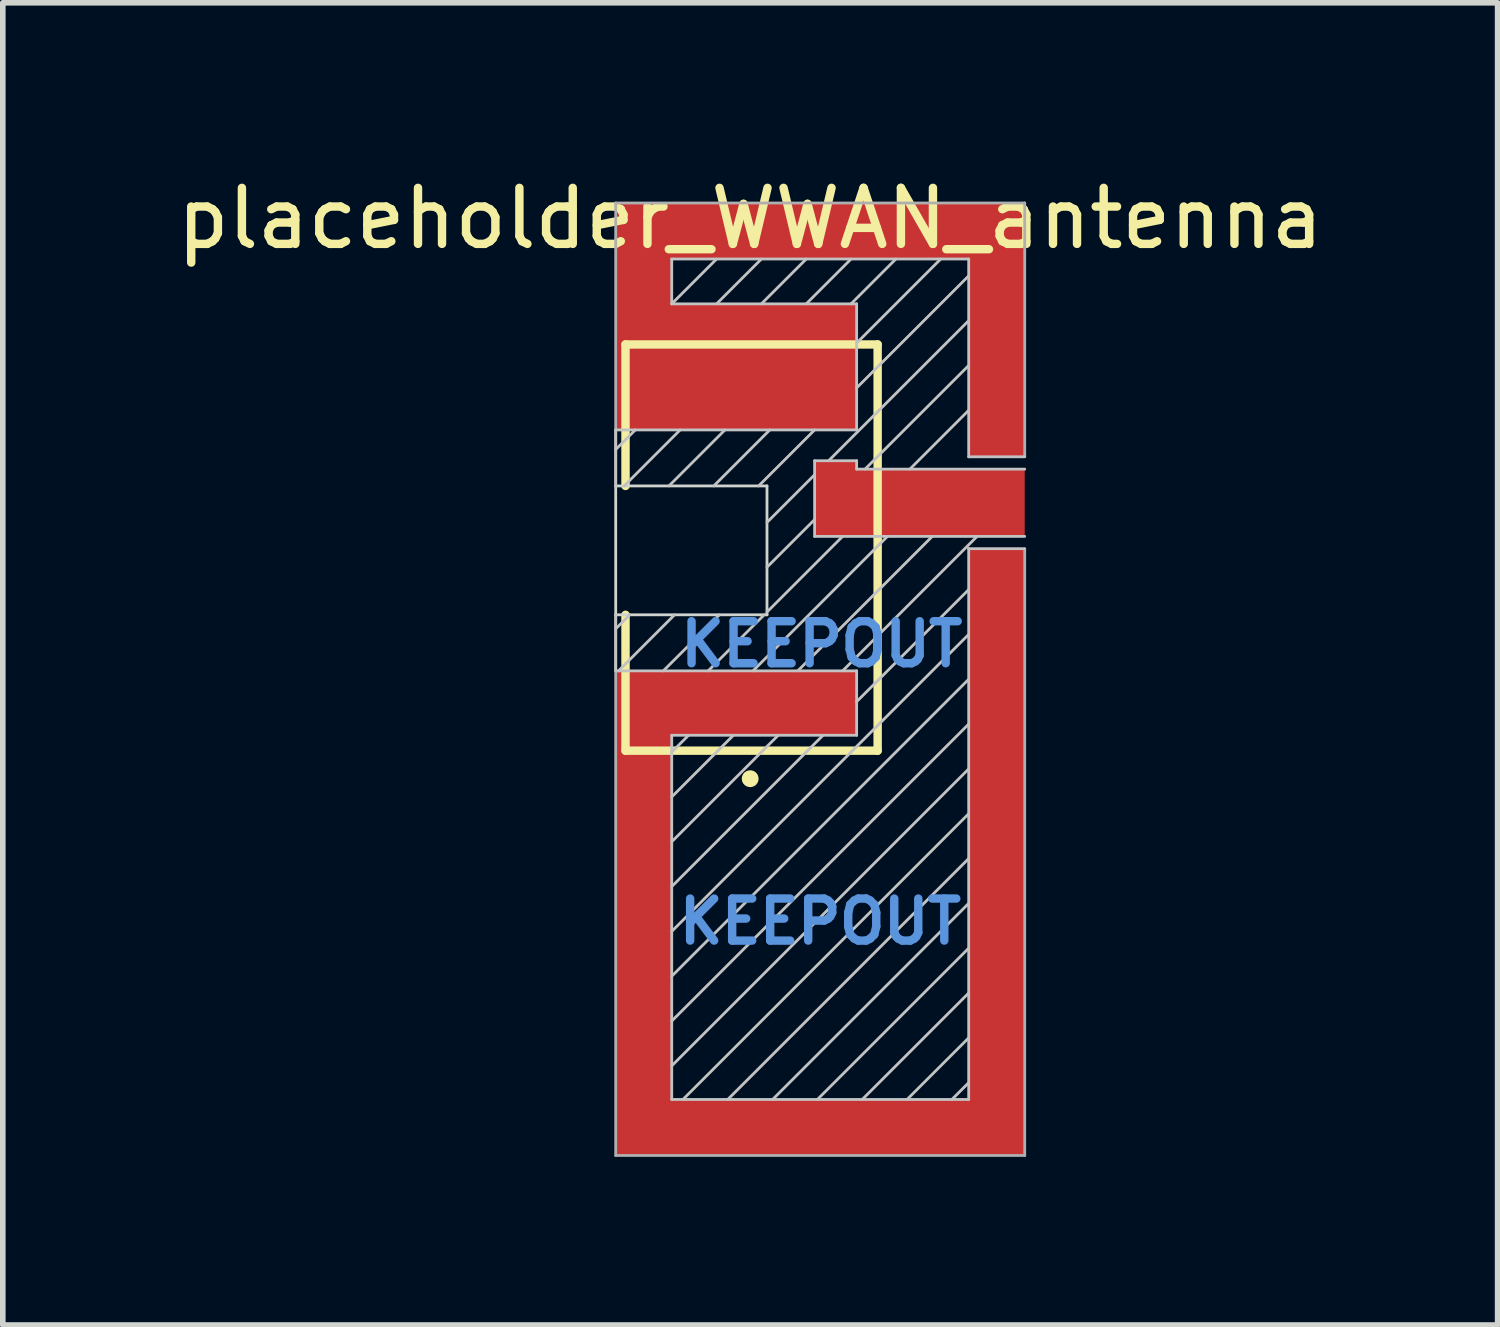
<source format=kicad_pcb>
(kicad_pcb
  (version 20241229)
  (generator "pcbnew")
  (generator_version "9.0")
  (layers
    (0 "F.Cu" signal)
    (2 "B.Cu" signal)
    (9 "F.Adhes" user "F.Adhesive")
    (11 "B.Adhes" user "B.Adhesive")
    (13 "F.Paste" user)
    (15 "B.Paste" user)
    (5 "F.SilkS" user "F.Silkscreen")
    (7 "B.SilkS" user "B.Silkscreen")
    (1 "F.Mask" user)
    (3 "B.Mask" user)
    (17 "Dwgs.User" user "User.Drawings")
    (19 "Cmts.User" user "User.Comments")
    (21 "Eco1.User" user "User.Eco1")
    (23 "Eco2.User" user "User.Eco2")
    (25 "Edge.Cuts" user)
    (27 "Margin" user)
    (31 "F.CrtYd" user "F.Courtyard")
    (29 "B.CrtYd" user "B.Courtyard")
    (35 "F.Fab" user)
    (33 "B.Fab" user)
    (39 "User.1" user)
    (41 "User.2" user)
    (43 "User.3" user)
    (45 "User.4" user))
  (footprint "placeholder_WWAN_antenna"
    (layer "F.Cu")
    (at 10.339 6.773)
    (property "Reference" "placeholder_WWAN_antenna" (at 0 -5.925 0) (layer "F.SilkS") (effects (font (size 1 1) (thickness 0.15))))
    (attr through_hole)
    (fp_line (start -2.225 -3.675) (end 2.275 -3.675) (stroke (width 0.15) (type solid)) (layer "F.SilkS"))
    (fp_line (start -2.225 -1.15) (end -2.225 -3.675) (stroke (width 0.15) (type solid)) (layer "F.SilkS"))
    (fp_line (start -2.225 3.575) (end -2.225 1.15) (stroke (width 0.15) (type solid)) (layer "F.SilkS"))
    (fp_line (start 2.275 -3.675) (end 2.275 3.575) (stroke (width 0.15) (type solid)) (layer "F.SilkS"))
    (fp_line (start 2.275 3.575) (end -2.225 3.575) (stroke (width 0.15) (type solid)) (layer "F.SilkS"))
    (fp_circle (center 0 4.075) (end 0 4.15) (stroke (width 0.15) (type solid)) (fill no) (layer "F.SilkS"))
    (fp_line (start -2.4 -2.15) (end -2.4 -1.15) (stroke (width 0.05) (type solid)) (layer "Dwgs.User"))
    (fp_line (start -2.4 -2.15) (end 1.9 -2.15) (stroke (width 0.05) (type solid)) (layer "Dwgs.User"))
    (fp_line (start -2.4 1.15) (end -2.4 2.15) (stroke (width 0.05) (type solid)) (layer "Dwgs.User"))
    (fp_line (start -2.4 2.15) (end 1.9 2.15) (stroke (width 0.05) (type solid)) (layer "Dwgs.User"))
    (fp_line (start -2.15 1.15) (end -2.4 1.4) (stroke (width 0.05) (type solid)) (layer "Dwgs.User"))
    (fp_line (start -2.05 -2.15) (end -2.4 -1.8) (stroke (width 0.05) (type solid)) (layer "Dwgs.User"))
    (fp_line (start -1.4 -5.2) (end 3.9 -5.2) (stroke (width 0.05) (type solid)) (layer "Dwgs.User"))
    (fp_line (start -1.4 -4.4) (end -1.4 -5.2) (stroke (width 0.05) (type solid)) (layer "Dwgs.User"))
    (fp_line (start -1.4 -4.4) (end -0.6 -5.2) (stroke (width 0.05) (type solid)) (layer "Dwgs.User"))
    (fp_line (start -1.4 3.3) (end -1.4 9.8) (stroke (width 0.05) (type solid)) (layer "Dwgs.User"))
    (fp_line (start -1.4 9.8) (end 3.9 9.8) (stroke (width 0.05) (type solid)) (layer "Dwgs.User"))
    (fp_line (start -1.35 1.15) (end -2.35 2.15) (stroke (width 0.05) (type solid)) (layer "Dwgs.User"))
    (fp_line (start -1.25 -2.15) (end -2.25 -1.15) (stroke (width 0.05) (type solid)) (layer "Dwgs.User"))
    (fp_line (start -1.1 3.3) (end -1.4 3.6) (stroke (width 0.05) (type solid)) (layer "Dwgs.User"))
    (fp_line (start -0.6 -4.4) (end 0.2 -5.2) (stroke (width 0.05) (type solid)) (layer "Dwgs.User"))
    (fp_line (start -0.55 1.15) (end -1.55 2.15) (stroke (width 0.05) (type solid)) (layer "Dwgs.User"))
    (fp_line (start -0.45 -2.15) (end -1.45 -1.15) (stroke (width 0.05) (type solid)) (layer "Dwgs.User"))
    (fp_line (start -0.3 3.3) (end -1.4 4.4) (stroke (width 0.05) (type solid)) (layer "Dwgs.User"))
    (fp_line (start 0.2 -4.4) (end 1 -5.2) (stroke (width 0.05) (type solid)) (layer "Dwgs.User"))
    (fp_line (start 0.25 1.15) (end -0.75 2.15) (stroke (width 0.05) (type solid)) (layer "Dwgs.User"))
    (fp_line (start 0.35 -2.15) (end -0.65 -1.15) (stroke (width 0.05) (type solid)) (layer "Dwgs.User"))
    (fp_line (start 0.5 3.3) (end -1.4 5.2) (stroke (width 0.05) (type solid)) (layer "Dwgs.User"))
    (fp_line (start 1 -4.4) (end 1.8 -5.2) (stroke (width 0.05) (type solid)) (layer "Dwgs.User"))
    (fp_line (start 1.15 -2.15) (end 0.15 -1.15) (stroke (width 0.05) (type solid)) (layer "Dwgs.User"))
    (fp_line (start 1.15 -1.6) (end 1.15 -0.25) (stroke (width 0.05) (type solid)) (layer "Dwgs.User"))
    (fp_line (start 1.15 -1.35) (end 0.3 -0.5) (stroke (width 0.05) (type solid)) (layer "Dwgs.User"))
    (fp_line (start 1.15 -0.55) (end 0.3 0.3) (stroke (width 0.05) (type solid)) (layer "Dwgs.User"))
    (fp_line (start 1.15 -0.25) (end 4.9 -0.25) (stroke (width 0.05) (type solid)) (layer "Dwgs.User"))
    (fp_line (start 1.3 3.3) (end -1.4 6) (stroke (width 0.05) (type solid)) (layer "Dwgs.User"))
    (fp_line (start 1.65 -0.25) (end 0.3 1.1) (stroke (width 0.05) (type solid)) (layer "Dwgs.User"))
    (fp_line (start 1.8 -4.4) (end 2.6 -5.2) (stroke (width 0.05) (type solid)) (layer "Dwgs.User"))
    (fp_line (start 1.9 -4.4) (end -1.4 -4.4) (stroke (width 0.05) (type solid)) (layer "Dwgs.User"))
    (fp_line (start 1.9 -2.15) (end 1.9 -4.4) (stroke (width 0.05) (type solid)) (layer "Dwgs.User"))
    (fp_line (start 1.9 -1.6) (end 1.15 -1.6) (stroke (width 0.05) (type solid)) (layer "Dwgs.User"))
    (fp_line (start 1.9 -1.45) (end 1.9 -1.6) (stroke (width 0.05) (type solid)) (layer "Dwgs.User"))
    (fp_line (start 1.9 2.15) (end 1.9 3.3) (stroke (width 0.05) (type solid)) (layer "Dwgs.User"))
    (fp_line (start 1.9 3.3) (end -1.4 3.3) (stroke (width 0.05) (type solid)) (layer "Dwgs.User"))
    (fp_line (start 2.45 -0.25) (end 0.05 2.15) (stroke (width 0.05) (type solid)) (layer "Dwgs.User"))
    (fp_line (start 3.25 -0.25) (end 0.85 2.15) (stroke (width 0.05) (type solid)) (layer "Dwgs.User"))
    (fp_line (start 3.4 -5.2) (end 1.9 -3.7) (stroke (width 0.05) (type solid)) (layer "Dwgs.User"))
    (fp_line (start 3.9 -5.2) (end 3.9 -1.67) (stroke (width 0.05) (type solid)) (layer "Dwgs.User"))
    (fp_line (start 3.9 -4.9) (end 1.9 -2.9) (stroke (width 0.05) (type solid)) (layer "Dwgs.User"))
    (fp_line (start 3.9 -4.1) (end 1.4 -1.6) (stroke (width 0.05) (type solid)) (layer "Dwgs.User"))
    (fp_line (start 3.9 -3.3) (end 2.05 -1.45) (stroke (width 0.05) (type solid)) (layer "Dwgs.User"))
    (fp_line (start 3.9 -2.5) (end 2.85 -1.45) (stroke (width 0.05) (type solid)) (layer "Dwgs.User"))
    (fp_line (start 3.9 -1.67) (end 4.9 -1.67) (stroke (width 0.05) (type solid)) (layer "Dwgs.User"))
    (fp_line (start 3.9 -0.03) (end 4.9 -0.03) (stroke (width 0.05) (type solid)) (layer "Dwgs.User"))
    (fp_line (start 3.9 0.7) (end 1.9 2.7) (stroke (width 0.05) (type solid)) (layer "Dwgs.User"))
    (fp_line (start 3.9 1.5) (end -1.4 6.8) (stroke (width 0.05) (type solid)) (layer "Dwgs.User"))
    (fp_line (start 3.9 2.3) (end -1.4 7.6) (stroke (width 0.05) (type solid)) (layer "Dwgs.User"))
    (fp_line (start 3.9 3.1) (end -1.4 8.4) (stroke (width 0.05) (type solid)) (layer "Dwgs.User"))
    (fp_line (start 3.9 3.9) (end -1.4 9.2) (stroke (width 0.05) (type solid)) (layer "Dwgs.User"))
    (fp_line (start 3.9 4.7) (end -1.2 9.8) (stroke (width 0.05) (type solid)) (layer "Dwgs.User"))
    (fp_line (start 3.9 5.5) (end -0.4 9.8) (stroke (width 0.05) (type solid)) (layer "Dwgs.User"))
    (fp_line (start 3.9 6.3) (end 0.4 9.8) (stroke (width 0.05) (type solid)) (layer "Dwgs.User"))
    (fp_line (start 3.9 7.1) (end 1.2 9.8) (stroke (width 0.05) (type solid)) (layer "Dwgs.User"))
    (fp_line (start 3.9 7.9) (end 2 9.8) (stroke (width 0.05) (type solid)) (layer "Dwgs.User"))
    (fp_line (start 3.9 8.7) (end 2.8 9.8) (stroke (width 0.05) (type solid)) (layer "Dwgs.User"))
    (fp_line (start 3.9 9.5) (end 3.6 9.8) (stroke (width 0.05) (type solid)) (layer "Dwgs.User"))
    (fp_line (start 3.9 9.8) (end 3.9 -0.03) (stroke (width 0.05) (type solid)) (layer "Dwgs.User"))
    (fp_line (start 4.05 -0.25) (end 1.65 2.15) (stroke (width 0.05) (type solid)) (layer "Dwgs.User"))
    (fp_line (start 4.9 -1.45) (end 1.9 -1.45) (stroke (width 0.05) (type solid)) (layer "Dwgs.User"))
    (fp_line (start -2.4 -1.15) (end -2.4 1.15) (stroke (width 0.05) (type solid)) (layer "Edge.Cuts"))
    (fp_line (start -2.4 -1.15) (end 0.3 -1.15) (stroke (width 0.05) (type solid)) (layer "Edge.Cuts"))
    (fp_line (start 0.3 -1.15) (end 0.3 1.15) (stroke (width 0.05) (type solid)) (layer "Edge.Cuts"))
    (fp_line (start 0.3 1.15) (end -2.4 1.15) (stroke (width 0.05) (type solid)) (layer "Edge.Cuts"))
    (fp_line (start -2.4 -6.2) (end -2.4 -1.15) (stroke (width 0.05) (type solid)) (layer "F.Fab"))
    (fp_line (start -2.4 1.15) (end -2.4 10.8) (stroke (width 0.05) (type solid)) (layer "F.Fab"))
    (fp_line (start -2.4 10.8) (end 4.9 10.8) (stroke (width 0.05) (type solid)) (layer "F.Fab"))
    (fp_line (start 4.9 -6.2) (end -2.4 -6.2) (stroke (width 0.05) (type solid)) (layer "F.Fab"))
    (fp_line (start 4.9 -1.675) (end 4.9 -6.2) (stroke (width 0.05) (type solid)) (layer "F.Fab"))
    (fp_line (start 4.9 10.8) (end 4.9 -0.025) (stroke (width 0.05) (type solid)) (layer "F.Fab"))
    (fp_text user "KEEPOUT" (at 1.275 1.675 0) (layer "Cmts.User") (effects (font (size 0.75 0.75) (thickness 0.15))))
    (fp_text user "KEEPOUT" (at 1.25 6.625 0) (layer "Cmts.User") (effects (font (size 0.75 0.75) (thickness 0.15))))
    (fp_text user "CUT" (at -1.475 0.575 0) (layer "Eco2.User") (effects (font (size 0.75 0.75) (thickness 0.15))))
    (fp_text user "EDGE" (at -1.125 -0.525 0) (layer "Eco2.User") (effects (font (size 0.75 0.75) (thickness 0.15))))
    (pad "1" smd rect (at 1.525 -0.925) (size 0.75 1.35) (layers "F.Cu" "F.Mask" "F.Paste"))
    (pad "1" smd rect (at 3.025 -0.85) (size 3.75 1.2) (layers "F.Cu"))
    (pad "2" smd rect (at -1.9 -4.175) (size 1 4.05) (layers "F.Cu"))
    (pad "2" smd rect (at -1.9 6.475) (size 1 8.65) (layers "F.Cu"))
    (pad "2" smd rect (at -0.25 -3.275) (size 4.3 2.25) (layers "F.Cu"))
    (pad "2" smd rect (at 0 -2.725) (size 3.8 1.15) (layers "F.Cu" "F.Mask" "F.Paste"))
    (pad "2" smd rect (at 0 2.725) (size 3.8 1.15) (layers "F.Cu" "F.Mask" "F.Paste"))
    (pad "2" smd rect (at 1.25 -5.7) (size 7.3 1) (layers "F.Cu"))
    (pad "2" smd rect (at 1.25 10.3) (size 7.3 1) (layers "F.Cu"))
    (pad "2" smd rect (at 4.4 -3.935) (size 1 4.53) (layers "F.Cu"))
    (pad "2" smd rect (at 4.4 5.385) (size 1 10.83) (layers "F.Cu")))
  (gr_rect
    (start -3 -3)
    (end 23.679 20.598)
    (stroke (width 0.1) (type default))
    (fill no)
    (layer "Edge.Cuts")))
</source>
